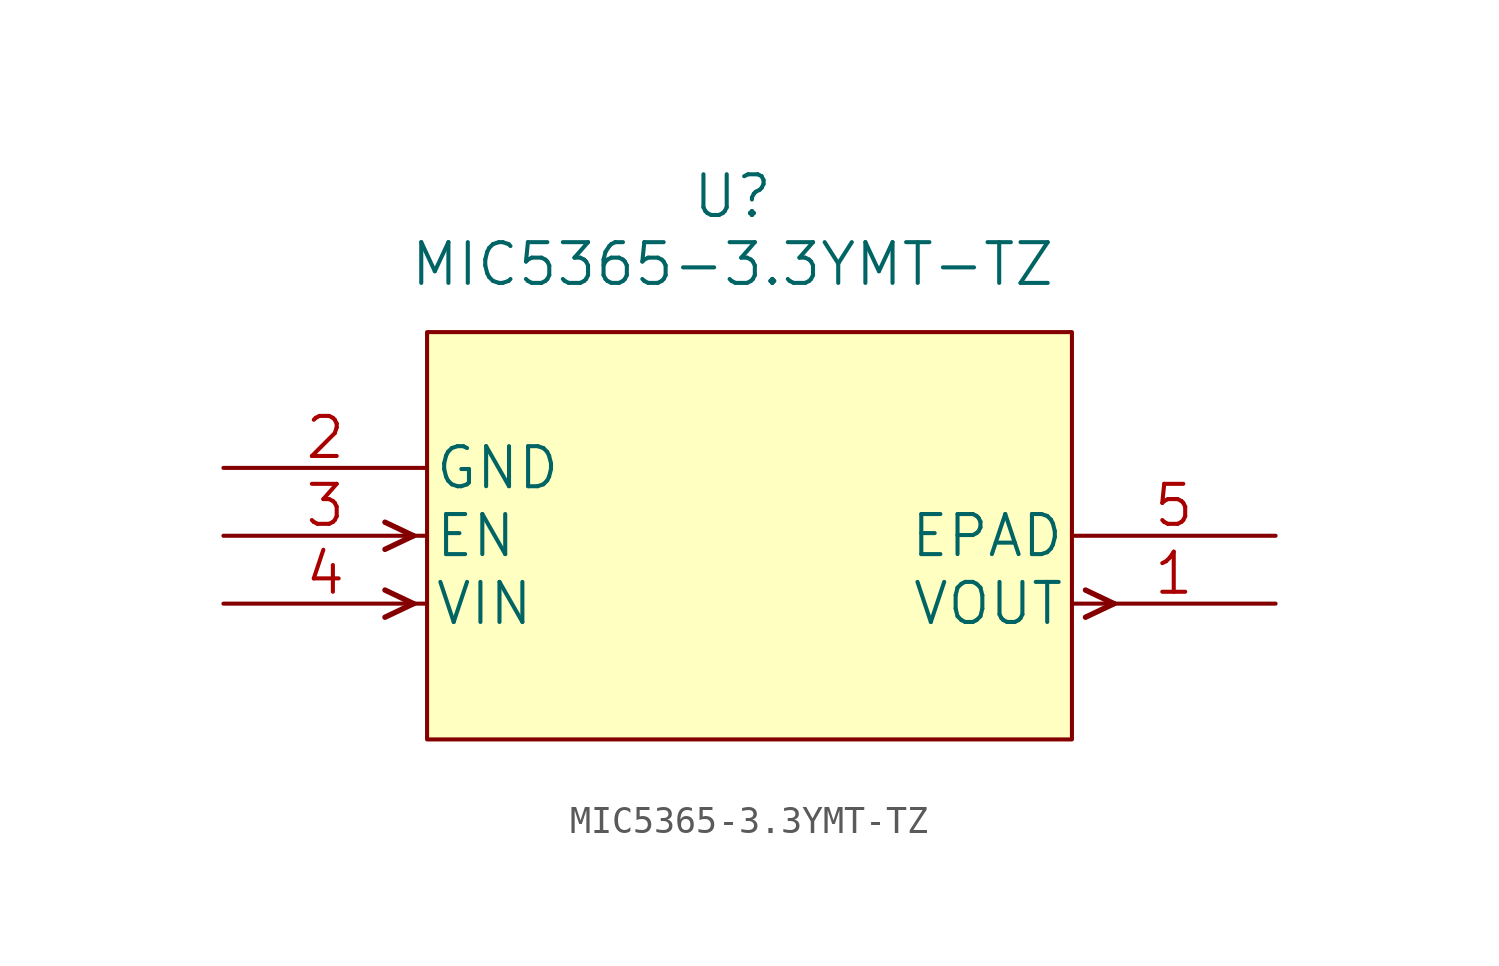
<source format=kicad_sym>
(kicad_symbol_lib
  (version 20211014)
  (generator kicad_symbol_editor)
  (symbol "MIC5365-3.3YMT-TZ"
    (pin_names
      (offset 0.254))
    (property "Reference" "U"
      (at 27.94 10.16 0)
      (effects (font (size 1.524 1.524))))
    (property "Value" "MIC5365-3.3YMT-TZ"
      (at 27.94 7.62 0)
      (effects (font (size 1.524 1.524))))
    (symbol "MIC5365-3.3YMT-TZ_0_1"
      (rectangle (start 16.51 5.08) (end 40.64 -10.16) (stroke (width 0) (type default) (color 0 0 0 0)) (fill (type background))))
    (symbol "MIC5365-3.3YMT-TZ_1_1"
      (polyline (pts (xy 16.002 -5.08) (xy 14.935 -5.588)) (stroke (width 0.203) (type default) (color 0 0 0 0)) (fill (type none)))
      (polyline (pts (xy 16.002 -5.08) (xy 14.935 -4.572)) (stroke (width 0.203) (type default) (color 0 0 0 0)) (fill (type none)))
      (polyline (pts (xy 16.002 -2.54) (xy 14.935 -3.048)) (stroke (width 0.203) (type default) (color 0 0 0 0)) (fill (type none)))
      (polyline (pts (xy 16.002 -2.54) (xy 14.935 -2.032)) (stroke (width 0.203) (type default) (color 0 0 0 0)) (fill (type none)))
      (polyline (pts (xy 41.148 -5.588) (xy 42.215 -5.08)) (stroke (width 0.203) (type default) (color 0 0 0 0)) (fill (type none)))
      (polyline (pts (xy 41.148 -4.572) (xy 42.215 -5.08)) (stroke (width 0.203) (type default) (color 0 0 0 0)) (fill (type none)))
      (pin power_out line (at 48.26 -5.08 180) (length 7.62) (name "VOUT" (effects (font (size 1.499 1.499)))) (number "1" (effects (font (size 1.499 1.499)))))
      (pin power_in line (at 8.89 0 0) (length 7.62) (name "GND" (effects (font (size 1.499 1.499)))) (number "2" (effects (font (size 1.499 1.499)))))
      (pin input line (at 8.89 -2.54 0) (length 7.62) (name "EN" (effects (font (size 1.499 1.499)))) (number "3" (effects (font (size 1.499 1.499)))))
      (pin power_in line (at 8.89 -5.08 0) (length 7.62) (name "VIN" (effects (font (size 1.499 1.499)))) (number "4" (effects (font (size 1.499 1.499)))))
      (pin unspecified line (at 48.26 -2.54 180) (length 7.62) (name "EPAD" (effects (font (size 1.499 1.499)))) (number "5" (effects (font (size 1.499 1.499))))))))
</source>
